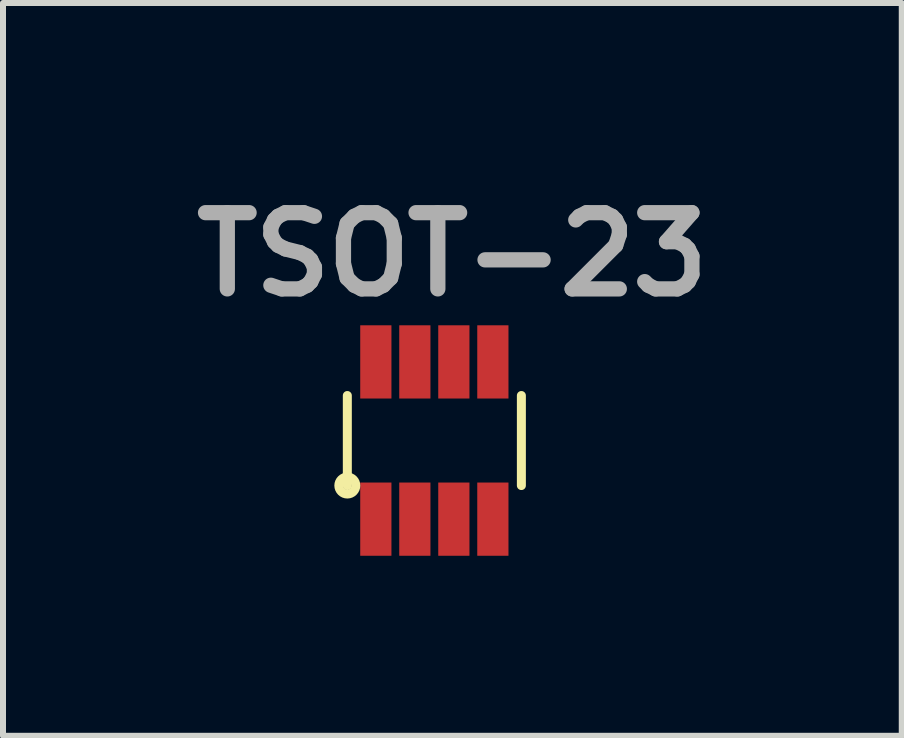
<source format=kicad_pcb>
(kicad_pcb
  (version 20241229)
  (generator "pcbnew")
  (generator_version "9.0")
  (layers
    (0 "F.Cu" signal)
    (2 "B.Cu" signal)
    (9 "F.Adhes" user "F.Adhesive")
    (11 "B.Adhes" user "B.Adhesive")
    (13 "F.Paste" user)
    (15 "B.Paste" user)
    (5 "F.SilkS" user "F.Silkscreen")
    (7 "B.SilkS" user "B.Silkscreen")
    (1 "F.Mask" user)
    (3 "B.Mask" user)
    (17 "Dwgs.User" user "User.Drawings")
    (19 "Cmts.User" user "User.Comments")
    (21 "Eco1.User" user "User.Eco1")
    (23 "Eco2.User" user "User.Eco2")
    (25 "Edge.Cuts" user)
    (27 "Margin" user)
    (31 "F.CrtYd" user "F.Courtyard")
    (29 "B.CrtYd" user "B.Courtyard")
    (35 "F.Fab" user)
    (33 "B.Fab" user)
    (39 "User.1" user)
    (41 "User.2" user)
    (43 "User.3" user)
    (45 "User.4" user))
  (footprint "TSOT-23"
    (layer "F.Cu")
    (at 4.187 4.29)
    (property "Reference" "TSOT-23" (at 0.3 -3.101 0) (layer "F.Fab") (effects (font (size 1.27 1.27) (thickness 0.254))))
    (attr smd)
    (fp_line (start -1.45 0.75) (end -1.45 -0.75) (stroke (width 0.15) (type solid)) (layer "F.SilkS"))
    (fp_line (start 1.45 -0.75) (end 1.45 0.75) (stroke (width 0.15) (type solid)) (layer "F.SilkS"))
    (fp_circle (center -1.45 0.75) (end -1.35 0.85) (stroke (width 0.15) (type solid)) (fill no) (layer "F.SilkS"))
    (pad "1" smd rect (at -0.975 1.31) (size 0.52 1.22) (layers "F.Cu" "F.Mask" "F.Paste"))
    (pad "2" smd rect (at -0.325 1.31) (size 0.52 1.22) (layers "F.Cu" "F.Mask" "F.Paste"))
    (pad "3" smd rect (at 0.325 1.31) (size 0.52 1.22) (layers "F.Cu" "F.Mask" "F.Paste"))
    (pad "4" smd rect (at 0.975 1.31) (size 0.52 1.22) (layers "F.Cu" "F.Mask" "F.Paste"))
    (pad "5" smd rect (at 0.975 -1.31) (size 0.52 1.22) (layers "F.Cu" "F.Mask" "F.Paste"))
    (pad "6" smd rect (at 0.325 -1.31) (size 0.52 1.22) (layers "F.Cu" "F.Mask" "F.Paste"))
    (pad "7" smd rect (at -0.325 -1.31) (size 0.52 1.22) (layers "F.Cu" "F.Mask" "F.Paste"))
    (pad "8" smd rect (at -0.975 -1.31) (size 0.52 1.22) (layers "F.Cu" "F.Mask" "F.Paste")))
  (gr_rect
    (start -3 -3)
    (end 11.975 9.21)
    (stroke (width 0.1) (type default))
    (fill no)
    (layer "Edge.Cuts")))
</source>
